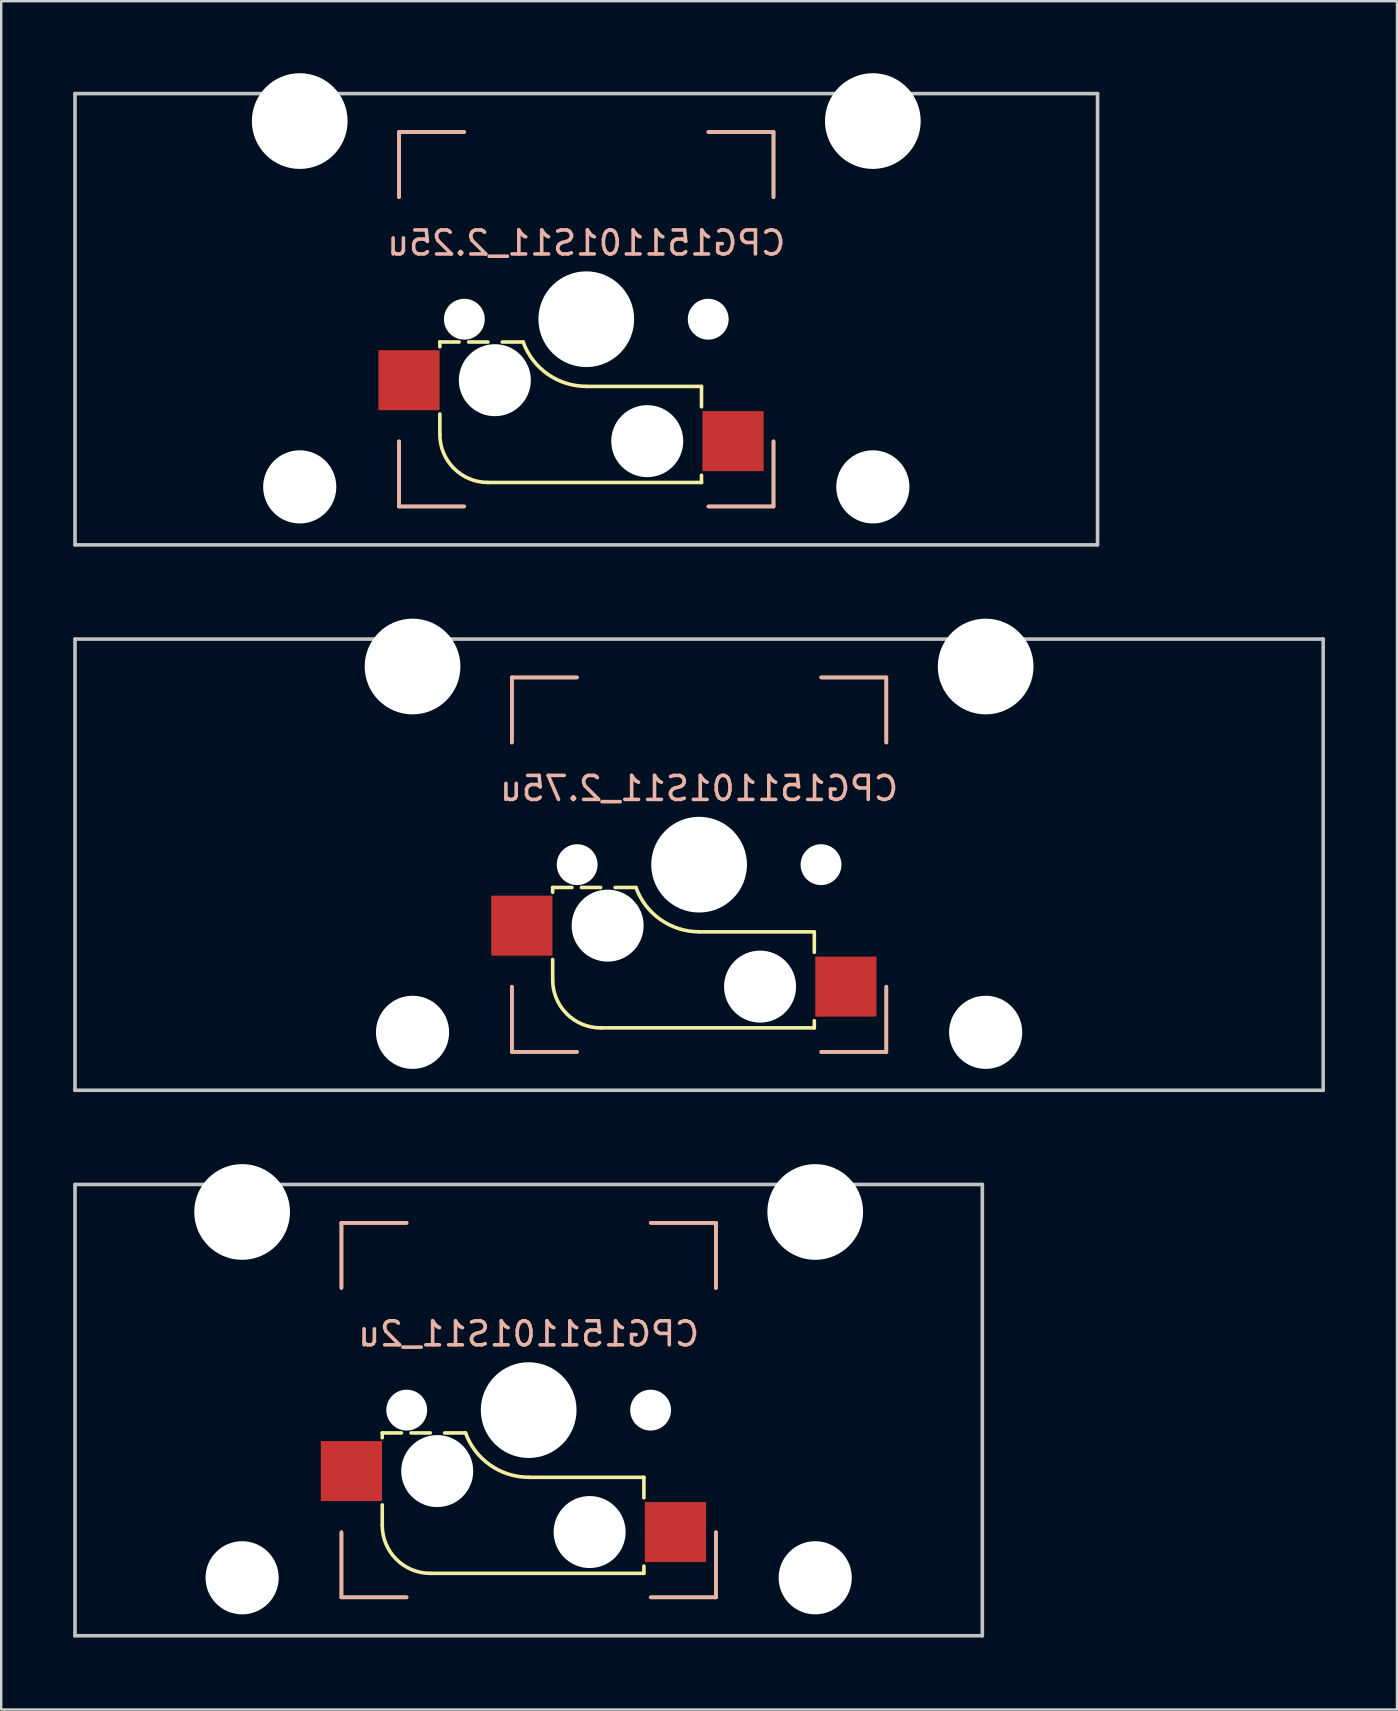
<source format=kicad_pcb>
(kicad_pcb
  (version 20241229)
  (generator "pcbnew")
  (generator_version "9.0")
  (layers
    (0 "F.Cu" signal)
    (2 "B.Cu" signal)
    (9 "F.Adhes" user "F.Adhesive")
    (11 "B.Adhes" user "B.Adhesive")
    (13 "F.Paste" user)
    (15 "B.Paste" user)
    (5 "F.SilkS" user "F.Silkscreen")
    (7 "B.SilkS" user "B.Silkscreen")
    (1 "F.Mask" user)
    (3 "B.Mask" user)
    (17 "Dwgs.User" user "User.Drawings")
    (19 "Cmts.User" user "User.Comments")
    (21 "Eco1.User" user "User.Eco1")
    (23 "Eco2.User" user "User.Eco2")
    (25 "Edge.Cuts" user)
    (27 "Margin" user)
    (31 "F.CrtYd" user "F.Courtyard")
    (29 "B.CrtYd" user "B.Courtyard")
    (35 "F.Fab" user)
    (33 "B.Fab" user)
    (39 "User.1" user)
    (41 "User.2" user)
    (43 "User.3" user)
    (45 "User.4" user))
  (footprint "CPG151101S11_2u"
    (layer "F.Cu")
    (at 18.975 55.697)
    (property "Reference" "CPG151101S11_2u" (at 0 -3.175 0) (layer "B.SilkS") (effects (font (size 1 1) (thickness 0.15)) (justify mirror)))
    (attr through_hole)
    (fp_line (start -7.8 -7.8) (end -7.8 -5.1) (stroke (width 0.15) (type solid)) (layer "F.SilkS"))
    (fp_line (start -7.8 5.1) (end -7.8 7.8) (stroke (width 0.15) (type solid)) (layer "F.SilkS"))
    (fp_line (start -7.8 7.8) (end -5.1 7.8) (stroke (width 0.15) (type solid)) (layer "F.SilkS"))
    (fp_line (start -6.1 0.95) (end -6.1 1.15) (stroke (width 0.15) (type solid)) (layer "F.SilkS"))
    (fp_line (start -6.1 4.8) (end -6.1 3.95) (stroke (width 0.15) (type solid)) (layer "F.SilkS"))
    (fp_line (start -5.3 0.95) (end -6.1 0.95) (stroke (width 0.15) (type solid)) (layer "F.SilkS"))
    (fp_line (start -5.1 -7.8) (end -7.8 -7.8) (stroke (width 0.15) (type solid)) (layer "F.SilkS"))
    (fp_line (start -4.9 0.95) (end -4.1 0.95) (stroke (width 0.15) (type solid)) (layer "F.SilkS"))
    (fp_line (start -3.5 0.95) (end -2.63 0.95) (stroke (width 0.15) (type solid)) (layer "F.SilkS"))
    (fp_line (start 4.8 2.8) (end 0 2.8) (stroke (width 0.15) (type solid)) (layer "F.SilkS"))
    (fp_line (start 4.8 2.8) (end 4.8 3.65) (stroke (width 0.15) (type solid)) (layer "F.SilkS"))
    (fp_line (start 4.8 6.8) (end -4.1 6.8) (stroke (width 0.15) (type solid)) (layer "F.SilkS"))
    (fp_line (start 4.8 6.8) (end 4.8 6.5) (stroke (width 0.15) (type solid)) (layer "F.SilkS"))
    (fp_line (start 5.1 7.8) (end 7.8 7.8) (stroke (width 0.15) (type solid)) (layer "F.SilkS"))
    (fp_line (start 7.8 -7.8) (end 5.1 -7.8) (stroke (width 0.15) (type solid)) (layer "F.SilkS"))
    (fp_line (start 7.8 -5.1) (end 7.8 -7.8) (stroke (width 0.15) (type solid)) (layer "F.SilkS"))
    (fp_line (start 7.8 7.8) (end 7.8 5.1) (stroke (width 0.15) (type solid)) (layer "F.SilkS"))
    (fp_arc (start -4.1 6.8) (mid -5.514214 6.214214) (end -6.1 4.8) (stroke (width 0.15) (type solid)) (layer "F.SilkS"))
    (fp_arc (start 0 2.796319) (mid -1.606689 2.288657) (end -2.63 0.95) (stroke (width 0.15) (type solid)) (layer "F.SilkS"))
    (fp_line (start -7.8 -7.8) (end -5.08 -7.8) (stroke (width 0.15) (type solid)) (layer "B.SilkS"))
    (fp_line (start -7.8 -5.08) (end -7.8 -7.8) (stroke (width 0.15) (type solid)) (layer "B.SilkS"))
    (fp_line (start -7.8 5.08) (end -7.8 7.8) (stroke (width 0.15) (type solid)) (layer "B.SilkS"))
    (fp_line (start -7.8 7.8) (end -5.08 7.8) (stroke (width 0.15) (type solid)) (layer "B.SilkS"))
    (fp_line (start 5.08 -7.8) (end 7.8 -7.8) (stroke (width 0.15) (type solid)) (layer "B.SilkS"))
    (fp_line (start 7.8 -7.8) (end 7.8 -5.08) (stroke (width 0.15) (type solid)) (layer "B.SilkS"))
    (fp_line (start 7.8 5.08) (end 7.8 7.8) (stroke (width 0.15) (type solid)) (layer "B.SilkS"))
    (fp_line (start 7.8 7.8) (end 5.08 7.8) (stroke (width 0.15) (type solid)) (layer "B.SilkS"))
    (fp_line (start -18.9 -9.4) (end -18.9 9.4) (stroke (width 0.15) (type solid)) (layer "Dwgs.User"))
    (fp_line (start -18.9 9.4) (end 18.9 9.4) (stroke (width 0.15) (type solid)) (layer "Dwgs.User"))
    (fp_line (start 18.9 -9.4) (end -18.9 -9.4) (stroke (width 0.15) (type solid)) (layer "Dwgs.User"))
    (fp_line (start 18.9 9.4) (end 18.9 -9.4) (stroke (width 0.15) (type solid)) (layer "Dwgs.User"))
    (fp_line (start -0.635 3.81) (end -0.635 3.81) (stroke (width 0.1) (type solid)) (layer "Eco1.User"))
    (fp_line (start -15.478 -7.144) (end -8.334 -7.144) (stroke (width 0.12) (type solid)) (layer "Eco2.User"))
    (fp_line (start -15.478 7.144) (end -15.478 -7.144) (stroke (width 0.12) (type solid)) (layer "Eco2.User"))
    (fp_line (start -8.334 -7.144) (end -8.334 7.144) (stroke (width 0.12) (type solid)) (layer "Eco2.User"))
    (fp_line (start -8.334 7.144) (end -15.478 7.144) (stroke (width 0.12) (type solid)) (layer "Eco2.User"))
    (fp_line (start -7 -7) (end -7 7) (stroke (width 0.15) (type solid)) (layer "Eco2.User"))
    (fp_line (start -7 -7) (end 7 -7) (stroke (width 0.15) (type solid)) (layer "Eco2.User"))
    (fp_line (start 7 7) (end -7 7) (stroke (width 0.15) (type solid)) (layer "Eco2.User"))
    (fp_line (start 7 7) (end 7 -7) (stroke (width 0.15) (type solid)) (layer "Eco2.User"))
    (fp_line (start 8.334 -7.144) (end 8.334 7.144) (stroke (width 0.12) (type solid)) (layer "Eco2.User"))
    (fp_line (start 8.334 -7.144) (end 15.478 -7.144) (stroke (width 0.12) (type solid)) (layer "Eco2.User"))
    (fp_line (start 8.334 7.144) (end 15.478 7.144) (stroke (width 0.12) (type solid)) (layer "Eco2.User"))
    (fp_line (start 15.478 7.144) (end 15.478 -7.144) (stroke (width 0.12) (type solid)) (layer "Eco2.User"))
    (pad "" np_thru_hole circle (at -11.938 -8.255 180) (size 3.988 3.988) (drill 3.988) (layers "*.Cu" "*.Mask"))
    (pad "" np_thru_hole circle (at -11.938 6.985 180) (size 3.048 3.048) (drill 3.048) (layers "*.Cu" "*.Mask"))
    (pad "" np_thru_hole circle (at -5.08 0 180) (size 1.702 1.702) (drill 1.702) (layers "*.Cu" "*.Mask"))
    (pad "" np_thru_hole circle (at -3.81 2.54 180) (size 3 3) (drill 3) (layers "*.Cu" "*.Mask"))
    (pad "" np_thru_hole circle (at 0 0 180) (size 3.988 3.988) (drill 3.988) (layers "*.Cu" "*.Mask"))
    (pad "" np_thru_hole circle (at 2.54 5.08 180) (size 3 3) (drill 3) (layers "*.Cu" "*.Mask"))
    (pad "" np_thru_hole circle (at 5.08 0 180) (size 1.702 1.702) (drill 1.702) (layers "*.Cu" "*.Mask"))
    (pad "" np_thru_hole circle (at 11.938 -8.255 180) (size 3.988 3.988) (drill 3.988) (layers "*.Cu" "*.Mask"))
    (pad "" np_thru_hole circle (at 11.938 6.985 180) (size 3.048 3.048) (drill 3.048) (layers "*.Cu" "*.Mask"))
    (pad "1" smd rect (at -7.385 2.54 180) (size 2.55 2.5) (layers "F.Cu" "F.Mask" "F.Paste"))
    (pad "2" smd rect (at 6.115 5.08) (size 2.55 2.5) (layers "F.Cu" "F.Mask" "F.Paste")))
  (footprint "CPG151101S11_2.75u"
    (layer "F.Cu")
    (at 26.075 32.973)
    (property "Reference" "CPG151101S11_2.75u" (at 0 -3.175 0) (layer "B.SilkS") (effects (font (size 1 1) (thickness 0.15)) (justify mirror)))
    (attr through_hole)
    (fp_line (start -7.8 -7.8) (end -7.8 -5.1) (stroke (width 0.15) (type solid)) (layer "F.SilkS"))
    (fp_line (start -7.8 5.1) (end -7.8 7.8) (stroke (width 0.15) (type solid)) (layer "F.SilkS"))
    (fp_line (start -7.8 7.8) (end -5.1 7.8) (stroke (width 0.15) (type solid)) (layer "F.SilkS"))
    (fp_line (start -6.1 0.95) (end -6.1 1.15) (stroke (width 0.15) (type solid)) (layer "F.SilkS"))
    (fp_line (start -6.1 4.8) (end -6.1 3.95) (stroke (width 0.15) (type solid)) (layer "F.SilkS"))
    (fp_line (start -5.3 0.95) (end -6.1 0.95) (stroke (width 0.15) (type solid)) (layer "F.SilkS"))
    (fp_line (start -5.1 -7.8) (end -7.8 -7.8) (stroke (width 0.15) (type solid)) (layer "F.SilkS"))
    (fp_line (start -4.9 0.95) (end -4.1 0.95) (stroke (width 0.15) (type solid)) (layer "F.SilkS"))
    (fp_line (start -3.5 0.95) (end -2.63 0.95) (stroke (width 0.15) (type solid)) (layer "F.SilkS"))
    (fp_line (start 4.8 2.8) (end 0 2.8) (stroke (width 0.15) (type solid)) (layer "F.SilkS"))
    (fp_line (start 4.8 2.8) (end 4.8 3.65) (stroke (width 0.15) (type solid)) (layer "F.SilkS"))
    (fp_line (start 4.8 6.8) (end -4.1 6.8) (stroke (width 0.15) (type solid)) (layer "F.SilkS"))
    (fp_line (start 4.8 6.8) (end 4.8 6.5) (stroke (width 0.15) (type solid)) (layer "F.SilkS"))
    (fp_line (start 5.1 7.8) (end 7.8 7.8) (stroke (width 0.15) (type solid)) (layer "F.SilkS"))
    (fp_line (start 7.8 -7.8) (end 5.1 -7.8) (stroke (width 0.15) (type solid)) (layer "F.SilkS"))
    (fp_line (start 7.8 -5.1) (end 7.8 -7.8) (stroke (width 0.15) (type solid)) (layer "F.SilkS"))
    (fp_line (start 7.8 7.8) (end 7.8 5.1) (stroke (width 0.15) (type solid)) (layer "F.SilkS"))
    (fp_arc (start -4.1 6.8) (mid -5.514214 6.214214) (end -6.1 4.8) (stroke (width 0.15) (type solid)) (layer "F.SilkS"))
    (fp_arc (start 0 2.796319) (mid -1.606689 2.288657) (end -2.63 0.95) (stroke (width 0.15) (type solid)) (layer "F.SilkS"))
    (fp_line (start -7.8 -7.8) (end -5.08 -7.8) (stroke (width 0.15) (type solid)) (layer "B.SilkS"))
    (fp_line (start -7.8 -5.08) (end -7.8 -7.8) (stroke (width 0.15) (type solid)) (layer "B.SilkS"))
    (fp_line (start -7.8 5.08) (end -7.8 7.8) (stroke (width 0.15) (type solid)) (layer "B.SilkS"))
    (fp_line (start -7.8 7.8) (end -5.08 7.8) (stroke (width 0.15) (type solid)) (layer "B.SilkS"))
    (fp_line (start 5.08 -7.8) (end 7.8 -7.8) (stroke (width 0.15) (type solid)) (layer "B.SilkS"))
    (fp_line (start 7.8 -7.8) (end 7.8 -5.08) (stroke (width 0.15) (type solid)) (layer "B.SilkS"))
    (fp_line (start 7.8 5.08) (end 7.8 7.8) (stroke (width 0.15) (type solid)) (layer "B.SilkS"))
    (fp_line (start 7.8 7.8) (end 5.08 7.8) (stroke (width 0.15) (type solid)) (layer "B.SilkS"))
    (fp_line (start -26 -9.4) (end -26 9.4) (stroke (width 0.15) (type solid)) (layer "Dwgs.User"))
    (fp_line (start -26 9.4) (end 26 9.4) (stroke (width 0.15) (type solid)) (layer "Dwgs.User"))
    (fp_line (start 26 -9.4) (end -26 -9.4) (stroke (width 0.15) (type solid)) (layer "Dwgs.User"))
    (fp_line (start 26 9.4) (end 26 -9.4) (stroke (width 0.15) (type solid)) (layer "Dwgs.User"))
    (fp_line (start -0.635 3.81) (end -0.635 3.81) (stroke (width 0.1) (type solid)) (layer "Eco1.User"))
    (fp_line (start -15.478 -7.144) (end -8.334 -7.144) (stroke (width 0.12) (type solid)) (layer "Eco2.User"))
    (fp_line (start -15.478 7.144) (end -15.478 -7.144) (stroke (width 0.12) (type solid)) (layer "Eco2.User"))
    (fp_line (start -8.334 -7.144) (end -8.334 7.144) (stroke (width 0.12) (type solid)) (layer "Eco2.User"))
    (fp_line (start -8.334 7.144) (end -15.478 7.144) (stroke (width 0.12) (type solid)) (layer "Eco2.User"))
    (fp_line (start -7 -7) (end -7 7) (stroke (width 0.15) (type solid)) (layer "Eco2.User"))
    (fp_line (start -7 -7) (end 7 -7) (stroke (width 0.15) (type solid)) (layer "Eco2.User"))
    (fp_line (start 7 7) (end -7 7) (stroke (width 0.15) (type solid)) (layer "Eco2.User"))
    (fp_line (start 7 7) (end 7 -7) (stroke (width 0.15) (type solid)) (layer "Eco2.User"))
    (fp_line (start 8.334 -7.144) (end 8.334 7.144) (stroke (width 0.12) (type solid)) (layer "Eco2.User"))
    (fp_line (start 8.334 -7.144) (end 15.478 -7.144) (stroke (width 0.12) (type solid)) (layer "Eco2.User"))
    (fp_line (start 8.334 7.144) (end 15.478 7.144) (stroke (width 0.12) (type solid)) (layer "Eco2.User"))
    (fp_line (start 15.478 7.144) (end 15.478 -7.144) (stroke (width 0.12) (type solid)) (layer "Eco2.User"))
    (pad "" np_thru_hole circle (at -11.938 -8.255 180) (size 3.988 3.988) (drill 3.988) (layers "*.Cu" "*.Mask"))
    (pad "" np_thru_hole circle (at -11.938 6.985 180) (size 3.048 3.048) (drill 3.048) (layers "*.Cu" "*.Mask"))
    (pad "" np_thru_hole circle (at -5.08 0 180) (size 1.702 1.702) (drill 1.702) (layers "*.Cu" "*.Mask"))
    (pad "" np_thru_hole circle (at -3.81 2.54 180) (size 3 3) (drill 3) (layers "*.Cu" "*.Mask"))
    (pad "" np_thru_hole circle (at 0 0 180) (size 3.988 3.988) (drill 3.988) (layers "*.Cu" "*.Mask"))
    (pad "" np_thru_hole circle (at 2.54 5.08 180) (size 3 3) (drill 3) (layers "*.Cu" "*.Mask"))
    (pad "" np_thru_hole circle (at 5.08 0 180) (size 1.702 1.702) (drill 1.702) (layers "*.Cu" "*.Mask"))
    (pad "" np_thru_hole circle (at 11.938 -8.255 180) (size 3.988 3.988) (drill 3.988) (layers "*.Cu" "*.Mask"))
    (pad "" np_thru_hole circle (at 11.938 6.985 180) (size 3.048 3.048) (drill 3.048) (layers "*.Cu" "*.Mask"))
    (pad "1" smd rect (at -7.385 2.54 180) (size 2.55 2.5) (layers "F.Cu" "F.Mask" "F.Paste"))
    (pad "2" smd rect (at 6.115 5.08) (size 2.55 2.5) (layers "F.Cu" "F.Mask" "F.Paste")))
  (footprint "CPG151101S11_2.25u"
    (layer "F.Cu")
    (at 21.375 10.249)
    (property "Reference" "CPG151101S11_2.25u" (at 0 -3.175 0) (layer "B.SilkS") (effects (font (size 1 1) (thickness 0.15)) (justify mirror)))
    (attr through_hole)
    (fp_line (start -7.8 -7.8) (end -7.8 -5.1) (stroke (width 0.15) (type solid)) (layer "F.SilkS"))
    (fp_line (start -7.8 5.1) (end -7.8 7.8) (stroke (width 0.15) (type solid)) (layer "F.SilkS"))
    (fp_line (start -7.8 7.8) (end -5.1 7.8) (stroke (width 0.15) (type solid)) (layer "F.SilkS"))
    (fp_line (start -6.1 0.95) (end -6.1 1.15) (stroke (width 0.15) (type solid)) (layer "F.SilkS"))
    (fp_line (start -6.1 4.8) (end -6.1 3.95) (stroke (width 0.15) (type solid)) (layer "F.SilkS"))
    (fp_line (start -5.3 0.95) (end -6.1 0.95) (stroke (width 0.15) (type solid)) (layer "F.SilkS"))
    (fp_line (start -5.1 -7.8) (end -7.8 -7.8) (stroke (width 0.15) (type solid)) (layer "F.SilkS"))
    (fp_line (start -4.9 0.95) (end -4.1 0.95) (stroke (width 0.15) (type solid)) (layer "F.SilkS"))
    (fp_line (start -3.5 0.95) (end -2.63 0.95) (stroke (width 0.15) (type solid)) (layer "F.SilkS"))
    (fp_line (start 4.8 2.8) (end 0 2.8) (stroke (width 0.15) (type solid)) (layer "F.SilkS"))
    (fp_line (start 4.8 2.8) (end 4.8 3.65) (stroke (width 0.15) (type solid)) (layer "F.SilkS"))
    (fp_line (start 4.8 6.8) (end -4.1 6.8) (stroke (width 0.15) (type solid)) (layer "F.SilkS"))
    (fp_line (start 4.8 6.8) (end 4.8 6.5) (stroke (width 0.15) (type solid)) (layer "F.SilkS"))
    (fp_line (start 5.1 7.8) (end 7.8 7.8) (stroke (width 0.15) (type solid)) (layer "F.SilkS"))
    (fp_line (start 7.8 -7.8) (end 5.1 -7.8) (stroke (width 0.15) (type solid)) (layer "F.SilkS"))
    (fp_line (start 7.8 -5.1) (end 7.8 -7.8) (stroke (width 0.15) (type solid)) (layer "F.SilkS"))
    (fp_line (start 7.8 7.8) (end 7.8 5.1) (stroke (width 0.15) (type solid)) (layer "F.SilkS"))
    (fp_arc (start -4.1 6.8) (mid -5.514214 6.214214) (end -6.1 4.8) (stroke (width 0.15) (type solid)) (layer "F.SilkS"))
    (fp_arc (start 0 2.796319) (mid -1.606689 2.288657) (end -2.63 0.95) (stroke (width 0.15) (type solid)) (layer "F.SilkS"))
    (fp_line (start -7.8 -7.8) (end -5.08 -7.8) (stroke (width 0.15) (type solid)) (layer "B.SilkS"))
    (fp_line (start -7.8 -5.08) (end -7.8 -7.8) (stroke (width 0.15) (type solid)) (layer "B.SilkS"))
    (fp_line (start -7.8 5.08) (end -7.8 7.8) (stroke (width 0.15) (type solid)) (layer "B.SilkS"))
    (fp_line (start -7.8 7.8) (end -5.08 7.8) (stroke (width 0.15) (type solid)) (layer "B.SilkS"))
    (fp_line (start 5.08 -7.8) (end 7.8 -7.8) (stroke (width 0.15) (type solid)) (layer "B.SilkS"))
    (fp_line (start 7.8 -7.8) (end 7.8 -5.08) (stroke (width 0.15) (type solid)) (layer "B.SilkS"))
    (fp_line (start 7.8 5.08) (end 7.8 7.8) (stroke (width 0.15) (type solid)) (layer "B.SilkS"))
    (fp_line (start 7.8 7.8) (end 5.08 7.8) (stroke (width 0.15) (type solid)) (layer "B.SilkS"))
    (fp_line (start -21.3 -9.4) (end -21.3 9.4) (stroke (width 0.15) (type solid)) (layer "Dwgs.User"))
    (fp_line (start -21.3 9.4) (end 21.3 9.4) (stroke (width 0.15) (type solid)) (layer "Dwgs.User"))
    (fp_line (start 21.3 -9.4) (end -21.3 -9.4) (stroke (width 0.15) (type solid)) (layer "Dwgs.User"))
    (fp_line (start 21.3 9.4) (end 21.3 -9.4) (stroke (width 0.15) (type solid)) (layer "Dwgs.User"))
    (fp_line (start -0.635 3.81) (end -0.635 3.81) (stroke (width 0.1) (type solid)) (layer "Eco1.User"))
    (fp_line (start -15.478 -7.144) (end -8.334 -7.144) (stroke (width 0.12) (type solid)) (layer "Eco2.User"))
    (fp_line (start -15.478 7.144) (end -15.478 -7.144) (stroke (width 0.12) (type solid)) (layer "Eco2.User"))
    (fp_line (start -8.334 -7.144) (end -8.334 7.144) (stroke (width 0.12) (type solid)) (layer "Eco2.User"))
    (fp_line (start -8.334 7.144) (end -15.478 7.144) (stroke (width 0.12) (type solid)) (layer "Eco2.User"))
    (fp_line (start -7 -7) (end -7 7) (stroke (width 0.15) (type solid)) (layer "Eco2.User"))
    (fp_line (start -7 -7) (end 7 -7) (stroke (width 0.15) (type solid)) (layer "Eco2.User"))
    (fp_line (start 7 7) (end -7 7) (stroke (width 0.15) (type solid)) (layer "Eco2.User"))
    (fp_line (start 7 7) (end 7 -7) (stroke (width 0.15) (type solid)) (layer "Eco2.User"))
    (fp_line (start 8.334 -7.144) (end 8.334 7.144) (stroke (width 0.12) (type solid)) (layer "Eco2.User"))
    (fp_line (start 8.334 -7.144) (end 15.478 -7.144) (stroke (width 0.12) (type solid)) (layer "Eco2.User"))
    (fp_line (start 8.334 7.144) (end 15.478 7.144) (stroke (width 0.12) (type solid)) (layer "Eco2.User"))
    (fp_line (start 15.478 7.144) (end 15.478 -7.144) (stroke (width 0.12) (type solid)) (layer "Eco2.User"))
    (pad "" np_thru_hole circle (at -11.938 -8.255 180) (size 3.988 3.988) (drill 3.988) (layers "*.Cu" "*.Mask"))
    (pad "" np_thru_hole circle (at -11.938 6.985 180) (size 3.048 3.048) (drill 3.048) (layers "*.Cu" "*.Mask"))
    (pad "" np_thru_hole circle (at -5.08 0 180) (size 1.702 1.702) (drill 1.702) (layers "*.Cu" "*.Mask"))
    (pad "" np_thru_hole circle (at -3.81 2.54 180) (size 3 3) (drill 3) (layers "*.Cu" "*.Mask"))
    (pad "" np_thru_hole circle (at 0 0 180) (size 3.988 3.988) (drill 3.988) (layers "*.Cu" "*.Mask"))
    (pad "" np_thru_hole circle (at 2.54 5.08 180) (size 3 3) (drill 3) (layers "*.Cu" "*.Mask"))
    (pad "" np_thru_hole circle (at 5.08 0 180) (size 1.702 1.702) (drill 1.702) (layers "*.Cu" "*.Mask"))
    (pad "" np_thru_hole circle (at 11.938 -8.255 180) (size 3.988 3.988) (drill 3.988) (layers "*.Cu" "*.Mask"))
    (pad "" np_thru_hole circle (at 11.938 6.985 180) (size 3.048 3.048) (drill 3.048) (layers "*.Cu" "*.Mask"))
    (pad "1" smd rect (at -7.385 2.54 180) (size 2.55 2.5) (layers "F.Cu" "F.Mask" "F.Paste"))
    (pad "2" smd rect (at 6.115 5.08) (size 2.55 2.5) (layers "F.Cu" "F.Mask" "F.Paste")))
  (gr_rect
    (start -3 -3)
    (end 55.15 68.172)
    (stroke (width 0.1) (type default))
    (fill no)
    (layer "Edge.Cuts")))
</source>
